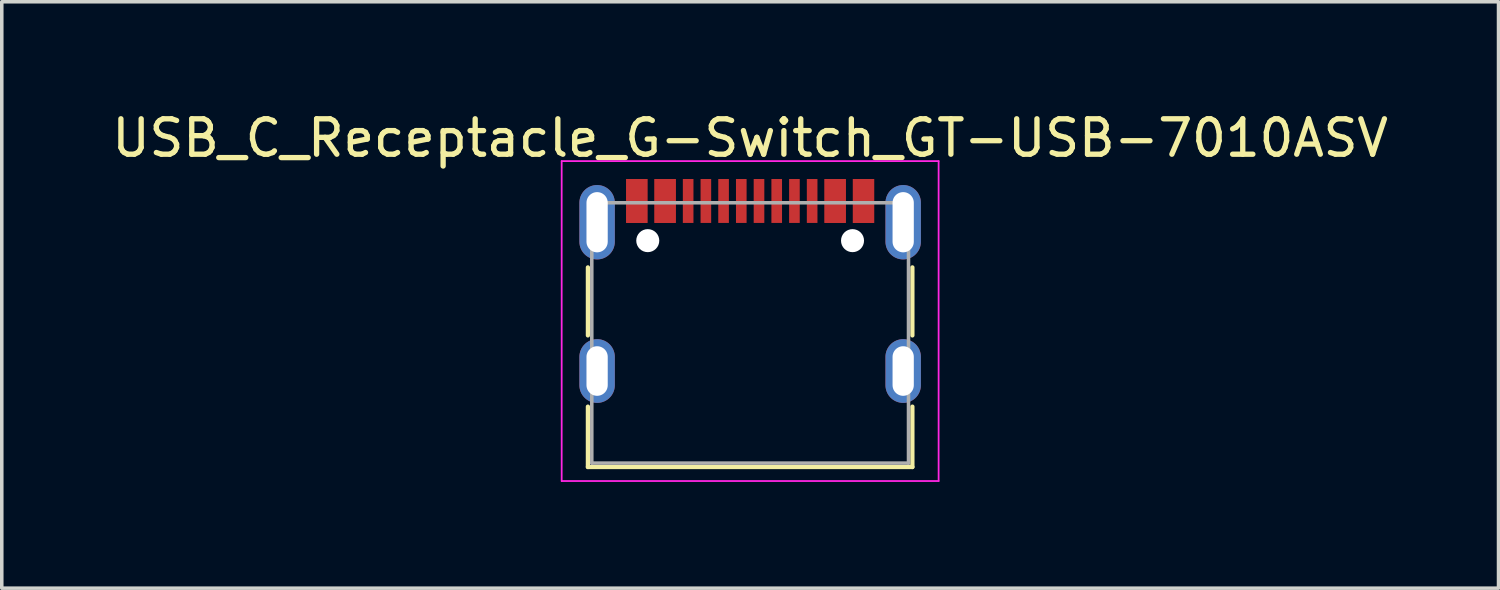
<source format=kicad_pcb>
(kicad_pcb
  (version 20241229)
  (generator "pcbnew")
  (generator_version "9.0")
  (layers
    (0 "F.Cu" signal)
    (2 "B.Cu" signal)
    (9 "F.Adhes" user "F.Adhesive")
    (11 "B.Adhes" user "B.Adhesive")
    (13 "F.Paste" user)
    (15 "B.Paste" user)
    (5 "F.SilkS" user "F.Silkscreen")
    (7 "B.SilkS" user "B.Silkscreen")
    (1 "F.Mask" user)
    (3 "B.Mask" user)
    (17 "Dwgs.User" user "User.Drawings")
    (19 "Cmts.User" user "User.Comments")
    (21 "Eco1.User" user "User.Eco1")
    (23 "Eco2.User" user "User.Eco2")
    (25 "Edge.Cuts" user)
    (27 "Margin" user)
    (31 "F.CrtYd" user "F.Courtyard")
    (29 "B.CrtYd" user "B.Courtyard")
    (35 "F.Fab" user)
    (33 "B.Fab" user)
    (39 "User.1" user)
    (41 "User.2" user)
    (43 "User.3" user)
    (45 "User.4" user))
  (footprint "USB_C_Receptacle_G-Switch_GT-USB-7010ASV"
    (layer "F.Cu")
    (at 18.125 6.348)
    (property "Reference" "USB_C_Receptacle_G-Switch_GT-USB-7010ASV" (at 0 -5.5 0) (layer "F.SilkS") (effects (font (size 1 1) (thickness 0.15))))
    (attr smd)
    (fp_line (start -4.58 -1.85) (end -4.58 0.07) (stroke (width 0.12) (type solid)) (layer "F.SilkS"))
    (fp_line (start -4.58 3.785) (end -4.58 2.08) (stroke (width 0.12) (type solid)) (layer "F.SilkS"))
    (fp_line (start 4.58 0.07) (end 4.58 -1.85) (stroke (width 0.12) (type solid)) (layer "F.SilkS"))
    (fp_line (start 4.58 2.08) (end 4.58 3.785) (stroke (width 0.12) (type solid)) (layer "F.SilkS"))
    (fp_line (start 4.58 3.785) (end -4.58 3.785) (stroke (width 0.12) (type solid)) (layer "F.SilkS"))
    (fp_line (start -5.32 -4.85) (end 5.32 -4.85) (stroke (width 0.05) (type solid)) (layer "F.CrtYd"))
    (fp_line (start -5.32 4.18) (end -5.32 -4.85) (stroke (width 0.05) (type solid)) (layer "F.CrtYd"))
    (fp_line (start 5.32 -4.85) (end 5.32 4.18) (stroke (width 0.05) (type solid)) (layer "F.CrtYd"))
    (fp_line (start 5.32 4.18) (end -5.32 4.18) (stroke (width 0.05) (type solid)) (layer "F.CrtYd"))
    (fp_line (start -4.47 -3.675) (end -4.47 3.675) (stroke (width 0.1) (type solid)) (layer "F.Fab"))
    (fp_line (start -4.47 -3.675) (end 4.47 -3.675) (stroke (width 0.1) (type solid)) (layer "F.Fab"))
    (fp_line (start -4.47 3.675) (end 4.47 3.675) (stroke (width 0.1) (type solid)) (layer "F.Fab"))
    (fp_line (start 4.47 3.675) (end 4.47 -3.675) (stroke (width 0.1) (type solid)) (layer "F.Fab"))
    (pad "" np_thru_hole circle (at -2.89 -2.605) (size 0.65 0.65) (drill 0.65) (layers "*.Cu" "*.Mask"))
    (pad "" np_thru_hole circle (at 2.89 -2.605) (size 0.65 0.65) (drill 0.65) (layers "*.Cu" "*.Mask"))
    (pad "A1" smd rect (at -3.2 -3.725) (size 0.6 1.24) (layers "F.Cu" "F.Mask" "F.Paste"))
    (pad "A4" smd rect (at -2.4 -3.725) (size 0.6 1.24) (layers "F.Cu" "F.Mask" "F.Paste"))
    (pad "A5" smd rect (at -1.25 -3.725) (size 0.3 1.24) (layers "F.Cu" "F.Mask" "F.Paste"))
    (pad "A6" smd rect (at -0.25 -3.725) (size 0.3 1.24) (layers "F.Cu" "F.Mask" "F.Paste"))
    (pad "A7" smd rect (at 0.25 -3.725) (size 0.3 1.24) (layers "F.Cu" "F.Mask" "F.Paste"))
    (pad "A8" smd rect (at 1.25 -3.725) (size 0.3 1.24) (layers "F.Cu" "F.Mask" "F.Paste"))
    (pad "A9" smd rect (at 2.4 -3.725) (size 0.6 1.24) (layers "F.Cu" "F.Mask" "F.Paste"))
    (pad "A12" smd rect (at 3.2 -3.725) (size 0.6 1.24) (layers "F.Cu" "F.Mask" "F.Paste"))
    (pad "B1" smd rect (at 3.2 -3.725) (size 0.6 1.24) (layers "F.Cu" "F.Mask" "F.Paste"))
    (pad "B4" smd rect (at 2.4 -3.725) (size 0.6 1.24) (layers "F.Cu" "F.Mask" "F.Paste"))
    (pad "B5" smd rect (at 1.75 -3.725) (size 0.3 1.24) (layers "F.Cu" "F.Mask" "F.Paste"))
    (pad "B6" smd rect (at 0.75 -3.725) (size 0.3 1.24) (layers "F.Cu" "F.Mask" "F.Paste"))
    (pad "B7" smd rect (at -0.75 -3.725) (size 0.3 1.24) (layers "F.Cu" "F.Mask" "F.Paste"))
    (pad "B8" smd rect (at -1.75 -3.725) (size 0.3 1.24) (layers "F.Cu" "F.Mask" "F.Paste"))
    (pad "B9" smd rect (at -2.4 -3.725) (size 0.6 1.24) (layers "F.Cu" "F.Mask" "F.Paste"))
    (pad "B12" smd rect (at -3.2 -3.725) (size 0.6 1.24) (layers "F.Cu" "F.Mask" "F.Paste"))
    (pad "S1" thru_hole oval (at -4.32 -3.125) (size 1 2.1) (drill oval 0.6 1.7) (layers "*.Cu" "*.Mask"))
    (pad "S1" thru_hole oval (at -4.32 1.075) (size 1 1.8) (drill oval 0.6 1.4) (layers "*.Cu" "*.Mask"))
    (pad "S1" thru_hole oval (at 4.32 -3.125) (size 1 2.1) (drill oval 0.6 1.7) (layers "*.Cu" "*.Mask"))
    (pad "S1" thru_hole oval (at 4.32 1.075) (size 1 1.8) (drill oval 0.6 1.4) (layers "*.Cu" "*.Mask")))
  (gr_rect
    (start -3 -3)
    (end 39.25 13.553)
    (stroke (width 0.1) (type default))
    (fill no)
    (layer "Edge.Cuts")))
</source>
